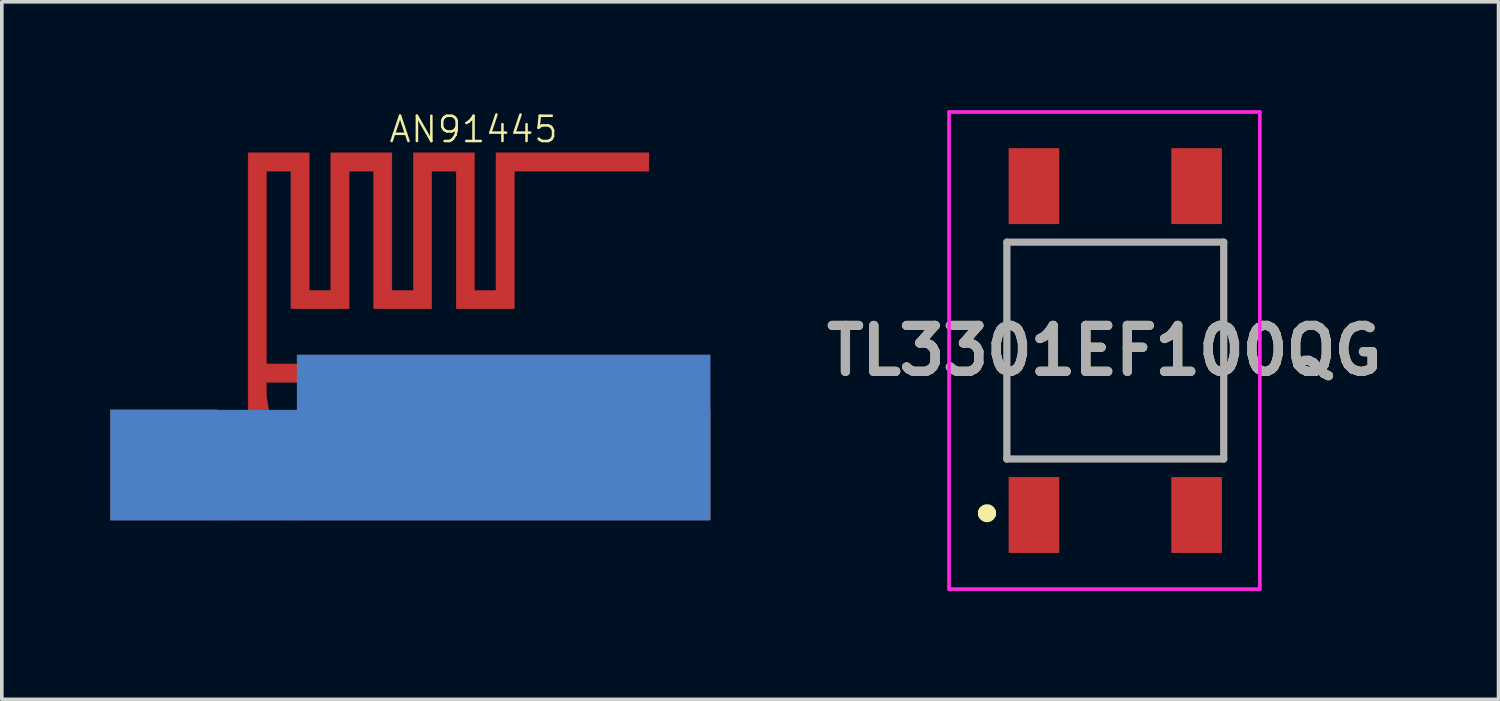
<source format=kicad_pcb>
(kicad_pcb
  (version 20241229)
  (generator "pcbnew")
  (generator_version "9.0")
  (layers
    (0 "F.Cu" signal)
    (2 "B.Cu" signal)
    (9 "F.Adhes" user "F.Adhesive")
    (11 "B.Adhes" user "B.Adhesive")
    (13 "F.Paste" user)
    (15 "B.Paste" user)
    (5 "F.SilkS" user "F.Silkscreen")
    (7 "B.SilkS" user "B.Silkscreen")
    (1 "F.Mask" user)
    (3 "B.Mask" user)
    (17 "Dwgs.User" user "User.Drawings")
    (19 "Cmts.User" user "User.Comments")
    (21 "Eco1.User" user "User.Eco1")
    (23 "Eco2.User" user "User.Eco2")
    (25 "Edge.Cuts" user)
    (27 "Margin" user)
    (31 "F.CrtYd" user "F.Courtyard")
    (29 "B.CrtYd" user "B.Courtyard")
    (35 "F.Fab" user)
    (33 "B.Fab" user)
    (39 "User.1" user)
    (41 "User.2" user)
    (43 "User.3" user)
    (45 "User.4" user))
  (footprint "AN91445"
    (layer "F.Cu")
    (at 8.302 6.257)
    (property "Reference" "AN91445" (at 1.75 -5.725 0) (layer "F.SilkS") (effects (font (size 0.7 0.7) (thickness 0.07))))
    (attr through_hole)
    (fp_poly (pts (xy -5.334 5.08) (xy -8.297 5.08) (xy -8.297 2.032) (xy -5.334 2.032) (xy -5.334 5.08)) (stroke (width 0.01) (type solid)) (fill yes) (layer "F.Cu"))
    (fp_poly (pts (xy 8.297 5.08) (xy -3.133 5.08) (xy -3.133 2.032) (xy 8.297 2.032) (xy 8.297 5.08)) (stroke (width 0.01) (type solid)) (fill yes) (layer "F.Cu"))
    (fp_poly (pts (xy -2.794 -1.27) (xy -2.201 -1.27) (xy -2.201 -5.08) (xy -0.508 -5.08) (xy -0.508 -1.27) (xy 0.085 -1.27) (xy 0.085 -5.08) (xy 1.778 -5.08) (xy 1.778 -1.27) (xy 2.371 -1.27) (xy 2.371 -5.08) (xy 6.604 -5.08) (xy 6.604 -4.572) (xy 2.879 -4.572) (xy 2.879 -0.762) (xy 1.27 -0.762) (xy 1.27 -4.572) (xy 0.593 -4.572) (xy 0.593 -0.762) (xy -1.016 -0.762) (xy -1.016 -4.572) (xy -1.693 -4.572) (xy -1.693 -0.762) (xy -3.302 -0.762) (xy -3.302 -4.572) (xy -3.979 -4.572) (xy -3.979 0.762) (xy 2.963 0.762) (xy 2.963 1.27) (xy -3.979 1.27) (xy -3.979 1.653) (xy -3.908 2.095) (xy -3.725 2.54) (xy -3.617 2.765) (xy -3.545 2.958) (xy -3.501 3.163) (xy -3.48 3.425) (xy -3.472 3.785) (xy -3.471 4.062) (xy -3.471 5.08) (xy -4.995 5.08) (xy -4.995 4.104) (xy -4.992 3.673) (xy -4.978 3.365) (xy -4.946 3.135) (xy -4.886 2.937) (xy -4.792 2.726) (xy -4.741 2.625) (xy -4.487 2.121) (xy -4.487 -5.08) (xy -2.794 -5.08) (xy -2.794 -1.27)) (stroke (width 0.01) (type solid)) (fill yes) (layer "F.Cu"))
    (fp_poly (pts (xy 8.297 5.086) (xy -8.297 5.086) (xy -8.297 2.038) (xy -3.133 2.038) (xy -3.133 0.514) (xy 8.297 0.514) (xy 8.297 5.086)) (stroke (width 0.01) (type solid)) (fill yes) (layer "B.Cu"))
    (pad "1" smd circle (at -4.225 4.525) (size 1 1) (layers "F.Cu" "F.Paste"))
    (pad "2" smd circle (at -6 4.525) (size 1 1) (layers "F.Cu" "F.Paste")))
  (footprint "TL3301EF100QG"
    (layer "F.Cu")
    (at 27.809 6.65)
    (property "Reference" "TL3301EF100QG" (at -0.3 0 0) (layer "F.SilkS") (effects (font (size 1.27 1.27) (thickness 0.254))))
    (attr smd)
    (fp_line (start -3.6 4.5) (end -3.6 4.5) (stroke (width 0.4) (type solid)) (layer "F.SilkS"))
    (fp_line (start -3.5 4.5) (end -3.5 4.5) (stroke (width 0.4) (type solid)) (layer "F.SilkS"))
    (fp_line (start -3 -3) (end 3 -3) (stroke (width 0.1) (type solid)) (layer "F.SilkS"))
    (fp_line (start -3 3) (end -3 -3) (stroke (width 0.1) (type solid)) (layer "F.SilkS"))
    (fp_line (start 3 -3) (end 3 3) (stroke (width 0.1) (type solid)) (layer "F.SilkS"))
    (fp_line (start 3 3) (end -3 3) (stroke (width 0.1) (type solid)) (layer "F.SilkS"))
    (fp_arc (start -3.6 4.5) (mid -3.55 4.45) (end -3.5 4.5) (stroke (width 0.4) (type solid)) (layer "F.SilkS"))
    (fp_arc (start -3.5 4.5) (mid -3.55 4.55) (end -3.6 4.5) (stroke (width 0.4) (type solid)) (layer "F.SilkS"))
    (fp_line (start -4.6 -6.6) (end 4 -6.6) (stroke (width 0.1) (type solid)) (layer "F.CrtYd"))
    (fp_line (start -4.6 6.6) (end -4.6 -6.6) (stroke (width 0.1) (type solid)) (layer "F.CrtYd"))
    (fp_line (start 4 -6.6) (end 4 6.6) (stroke (width 0.1) (type solid)) (layer "F.CrtYd"))
    (fp_line (start 4 6.6) (end -4.6 6.6) (stroke (width 0.1) (type solid)) (layer "F.CrtYd"))
    (fp_line (start -3 -3) (end 3 -3) (stroke (width 0.2) (type solid)) (layer "F.Fab"))
    (fp_line (start -3 3) (end -3 -3) (stroke (width 0.2) (type solid)) (layer "F.Fab"))
    (fp_line (start 3 -3) (end 3 3) (stroke (width 0.2) (type solid)) (layer "F.Fab"))
    (fp_line (start 3 3) (end -3 3) (stroke (width 0.2) (type solid)) (layer "F.Fab"))
    (fp_text user "${REFERENCE}" (at -0.3 0 0) (layer "F.Fab") (effects (font (size 1.27 1.27) (thickness 0.254))))
    (pad "1" smd rect (at -2.25 4.55) (size 1.4 2.1) (layers "F.Cu" "F.Mask" "F.Paste"))
    (pad "2" smd rect (at -2.25 -4.55) (size 1.4 2.1) (layers "F.Cu" "F.Mask" "F.Paste"))
    (pad "3" smd rect (at 2.25 4.55) (size 1.4 2.1) (layers "F.Cu" "F.Mask" "F.Paste"))
    (pad "4" smd rect (at 2.25 -4.55) (size 1.4 2.1) (layers "F.Cu" "F.Mask" "F.Paste")))
  (gr_rect
    (start -3 -3)
    (end 38.413 16.3)
    (stroke (width 0.1) (type default))
    (fill no)
    (layer "Edge.Cuts")))
</source>
